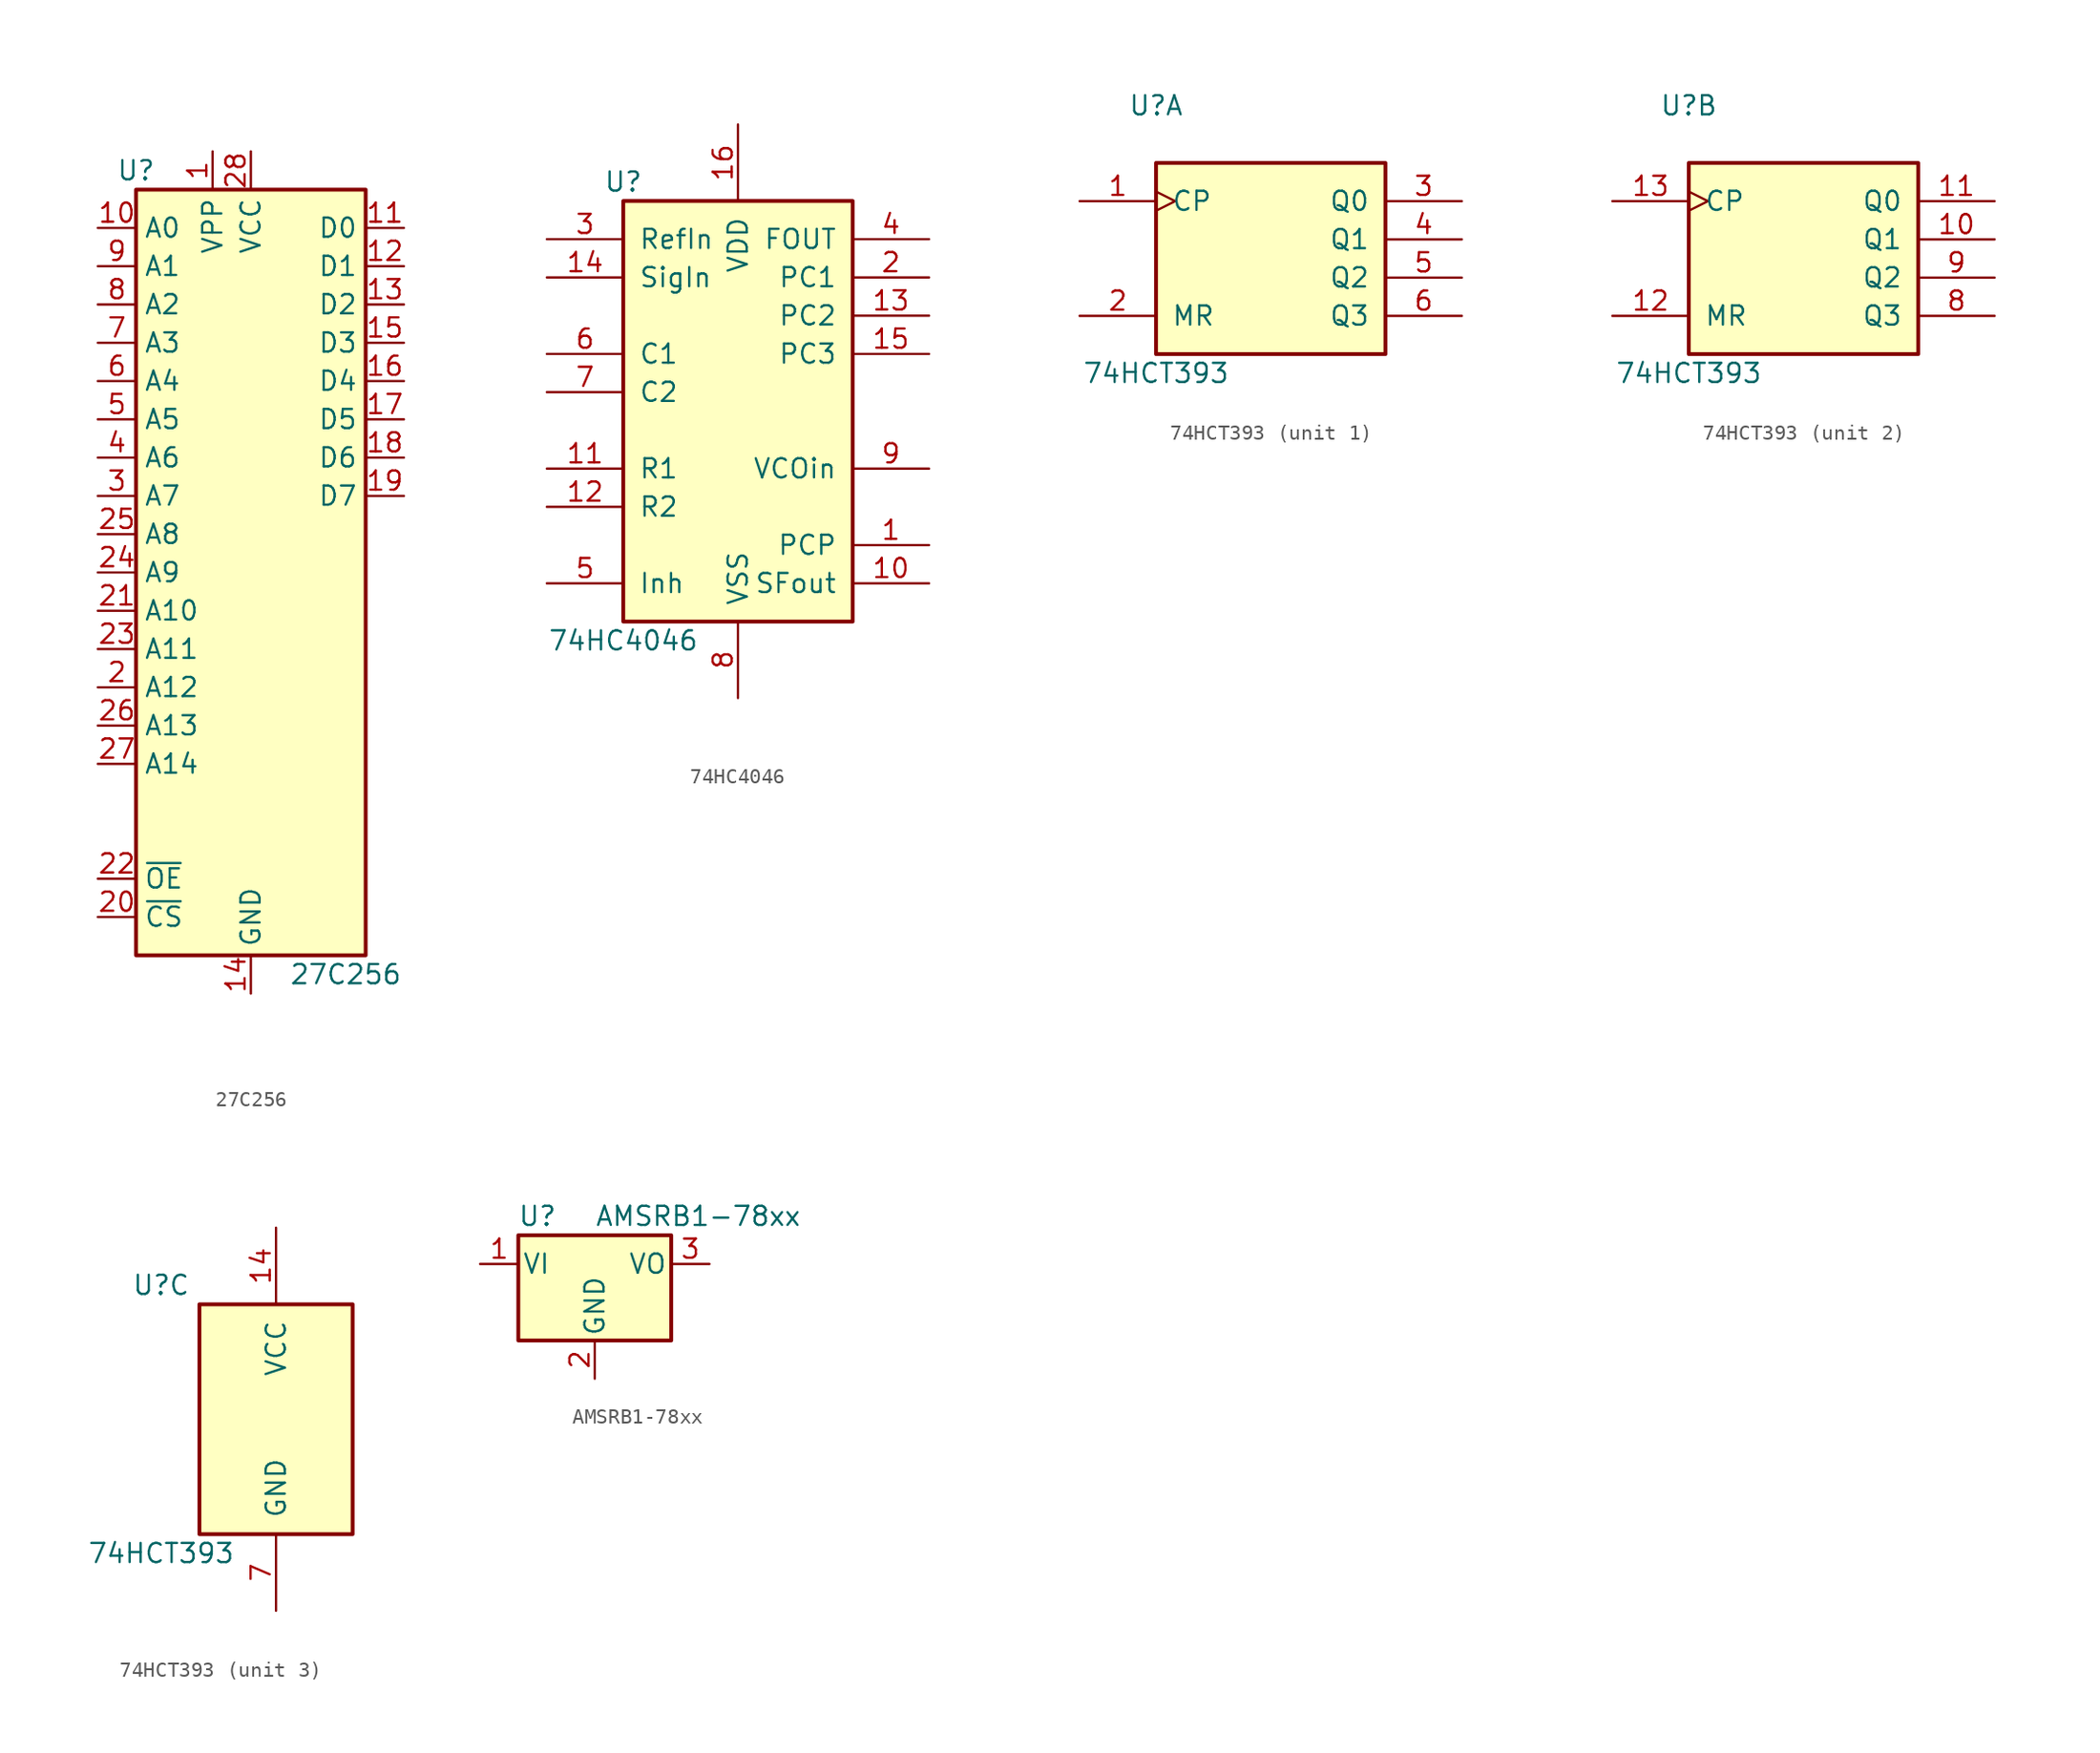
<source format=kicad_sym>
(kicad_symbol_lib
  (version 20231120)
  (generator "kicad_symbol_editor")
  (generator_version "8.0")
  (symbol "27C256"
    (property "Reference" "U"
      (at -7.62 26.67 0)
      (effects (font (size 1.27 1.27))))
    (property "Value" "27C256"
      (at 2.54 -26.67 0)
      (effects (font (size 1.27 1.27)) (justify left)))
    (symbol "27C256_1_1"
      (rectangle (start -7.62 25.4) (end 7.62 -25.4) (stroke (width 0.254) (type default)) (fill (type background)))
      (pin power_in line (at -2.54 27.94 270) (length 2.54) (name "VPP" (effects (font (size 1.27 1.27)))) (number "1" (effects (font (size 1.27 1.27)))))
      (pin input line (at -10.16 22.86 0) (length 2.54) (name "A0" (effects (font (size 1.27 1.27)))) (number "10" (effects (font (size 1.27 1.27)))))
      (pin tri_state line (at 10.16 22.86 180) (length 2.54) (name "D0" (effects (font (size 1.27 1.27)))) (number "11" (effects (font (size 1.27 1.27)))))
      (pin tri_state line (at 10.16 20.32 180) (length 2.54) (name "D1" (effects (font (size 1.27 1.27)))) (number "12" (effects (font (size 1.27 1.27)))))
      (pin tri_state line (at 10.16 17.78 180) (length 2.54) (name "D2" (effects (font (size 1.27 1.27)))) (number "13" (effects (font (size 1.27 1.27)))))
      (pin power_in line (at 0 -27.94 90) (length 2.54) (name "GND" (effects (font (size 1.27 1.27)))) (number "14" (effects (font (size 1.27 1.27)))))
      (pin tri_state line (at 10.16 15.24 180) (length 2.54) (name "D3" (effects (font (size 1.27 1.27)))) (number "15" (effects (font (size 1.27 1.27)))))
      (pin tri_state line (at 10.16 12.7 180) (length 2.54) (name "D4" (effects (font (size 1.27 1.27)))) (number "16" (effects (font (size 1.27 1.27)))))
      (pin tri_state line (at 10.16 10.16 180) (length 2.54) (name "D5" (effects (font (size 1.27 1.27)))) (number "17" (effects (font (size 1.27 1.27)))))
      (pin tri_state line (at 10.16 7.62 180) (length 2.54) (name "D6" (effects (font (size 1.27 1.27)))) (number "18" (effects (font (size 1.27 1.27)))))
      (pin tri_state line (at 10.16 5.08 180) (length 2.54) (name "D7" (effects (font (size 1.27 1.27)))) (number "19" (effects (font (size 1.27 1.27)))))
      (pin input line (at -10.16 -7.62 0) (length 2.54) (name "A12" (effects (font (size 1.27 1.27)))) (number "2" (effects (font (size 1.27 1.27)))))
      (pin input line (at -10.16 -22.86 0) (length 2.54) (name "~{CS}" (effects (font (size 1.27 1.27)))) (number "20" (effects (font (size 1.27 1.27)))))
      (pin input line (at -10.16 -2.54 0) (length 2.54) (name "A10" (effects (font (size 1.27 1.27)))) (number "21" (effects (font (size 1.27 1.27)))))
      (pin input line (at -10.16 -20.32 0) (length 2.54) (name "~{OE}" (effects (font (size 1.27 1.27)))) (number "22" (effects (font (size 1.27 1.27)))))
      (pin input line (at -10.16 -5.08 0) (length 2.54) (name "A11" (effects (font (size 1.27 1.27)))) (number "23" (effects (font (size 1.27 1.27)))))
      (pin input line (at -10.16 0 0) (length 2.54) (name "A9" (effects (font (size 1.27 1.27)))) (number "24" (effects (font (size 1.27 1.27)))))
      (pin input line (at -10.16 2.54 0) (length 2.54) (name "A8" (effects (font (size 1.27 1.27)))) (number "25" (effects (font (size 1.27 1.27)))))
      (pin input line (at -10.16 -10.16 0) (length 2.54) (name "A13" (effects (font (size 1.27 1.27)))) (number "26" (effects (font (size 1.27 1.27)))))
      (pin input line (at -10.16 -12.7 0) (length 2.54) (name "A14" (effects (font (size 1.27 1.27)))) (number "27" (effects (font (size 1.27 1.27)))))
      (pin power_in line (at 0 27.94 270) (length 2.54) (name "VCC" (effects (font (size 1.27 1.27)))) (number "28" (effects (font (size 1.27 1.27)))))
      (pin input line (at -10.16 5.08 0) (length 2.54) (name "A7" (effects (font (size 1.27 1.27)))) (number "3" (effects (font (size 1.27 1.27)))))
      (pin input line (at -10.16 7.62 0) (length 2.54) (name "A6" (effects (font (size 1.27 1.27)))) (number "4" (effects (font (size 1.27 1.27)))))
      (pin input line (at -10.16 10.16 0) (length 2.54) (name "A5" (effects (font (size 1.27 1.27)))) (number "5" (effects (font (size 1.27 1.27)))))
      (pin input line (at -10.16 12.7 0) (length 2.54) (name "A4" (effects (font (size 1.27 1.27)))) (number "6" (effects (font (size 1.27 1.27)))))
      (pin input line (at -10.16 15.24 0) (length 2.54) (name "A3" (effects (font (size 1.27 1.27)))) (number "7" (effects (font (size 1.27 1.27)))))
      (pin input line (at -10.16 17.78 0) (length 2.54) (name "A2" (effects (font (size 1.27 1.27)))) (number "8" (effects (font (size 1.27 1.27)))))
      (pin input line (at -10.16 20.32 0) (length 2.54) (name "A1" (effects (font (size 1.27 1.27)))) (number "9" (effects (font (size 1.27 1.27)))))))
  (symbol "74HC4046"
    (pin_names
      (offset 1.016))
    (property "Reference" "U"
      (at -7.62 13.97 0)
      (effects (font (size 1.27 1.27))))
    (property "Value" "74HC4046"
      (at -7.62 -16.51 0)
      (effects (font (size 1.27 1.27))))
    (property "ki_locked" ""
      (at 0 0 0)
      (effects (font (size 1.27 1.27))))
    (symbol "74HC4046_1_0"
      (pin output line (at 12.7 -10.16 180) (length 5.08) (name "PCP" (effects (font (size 1.27 1.27)))) (number "1" (effects (font (size 1.27 1.27)))))
      (pin output line (at 12.7 -12.7 180) (length 5.08) (name "SFout" (effects (font (size 1.27 1.27)))) (number "10" (effects (font (size 1.27 1.27)))))
      (pin input line (at -12.7 -5.08 0) (length 5.08) (name "R1" (effects (font (size 1.27 1.27)))) (number "11" (effects (font (size 1.27 1.27)))))
      (pin input line (at -12.7 -7.62 0) (length 5.08) (name "R2" (effects (font (size 1.27 1.27)))) (number "12" (effects (font (size 1.27 1.27)))))
      (pin tri_state line (at 12.7 5.08 180) (length 5.08) (name "PC2" (effects (font (size 1.27 1.27)))) (number "13" (effects (font (size 1.27 1.27)))))
      (pin input line (at -12.7 7.62 0) (length 5.08) (name "SigIn" (effects (font (size 1.27 1.27)))) (number "14" (effects (font (size 1.27 1.27)))))
      (pin output line (at 12.7 2.54 180) (length 5.08) (name "PC3" (effects (font (size 1.27 1.27)))) (number "15" (effects (font (size 1.27 1.27)))))
      (pin power_in line (at 0 17.78 270) (length 5.08) (name "VDD" (effects (font (size 1.27 1.27)))) (number "16" (effects (font (size 1.27 1.27)))))
      (pin output line (at 12.7 7.62 180) (length 5.08) (name "PC1" (effects (font (size 1.27 1.27)))) (number "2" (effects (font (size 1.27 1.27)))))
      (pin input line (at -12.7 10.16 0) (length 5.08) (name "RefIn" (effects (font (size 1.27 1.27)))) (number "3" (effects (font (size 1.27 1.27)))))
      (pin input line (at 12.7 10.16 180) (length 5.08) (name "FOUT" (effects (font (size 1.27 1.27)))) (number "4" (effects (font (size 1.27 1.27)))))
      (pin input line (at -12.7 -12.7 0) (length 5.08) (name "Inh" (effects (font (size 1.27 1.27)))) (number "5" (effects (font (size 1.27 1.27)))))
      (pin input line (at -12.7 2.54 0) (length 5.08) (name "C1" (effects (font (size 1.27 1.27)))) (number "6" (effects (font (size 1.27 1.27)))))
      (pin input line (at -12.7 0 0) (length 5.08) (name "C2" (effects (font (size 1.27 1.27)))) (number "7" (effects (font (size 1.27 1.27)))))
      (pin power_in line (at 0 -20.32 90) (length 5.08) (name "VSS" (effects (font (size 1.27 1.27)))) (number "8" (effects (font (size 1.27 1.27)))))
      (pin input line (at 12.7 -5.08 180) (length 5.08) (name "VCOin" (effects (font (size 1.27 1.27)))) (number "9" (effects (font (size 1.27 1.27))))))
    (symbol "74HC4046_1_1"
      (rectangle (start -7.62 12.7) (end 7.62 -15.24) (stroke (width 0.254) (type default)) (fill (type background)))))
  (symbol "74HCT393"
    (pin_names
      (offset 1.016))
    (property "Reference" "U"
      (at -7.62 8.89 0)
      (effects (font (size 1.27 1.27))))
    (property "Value" "74HCT393"
      (at -7.62 -8.89 0)
      (effects (font (size 1.27 1.27))))
    (property "ki_locked" ""
      (at 0 0 0)
      (effects (font (size 1.27 1.27))))
    (symbol "74HCT393_1_0"
      (pin input clock (at -12.7 2.54 0) (length 5.08) (name "CP" (effects (font (size 1.27 1.27)))) (number "1" (effects (font (size 1.27 1.27)))))
      (pin input line (at -12.7 -5.08 0) (length 5.08) (name "MR" (effects (font (size 1.27 1.27)))) (number "2" (effects (font (size 1.27 1.27)))))
      (pin output line (at 12.7 2.54 180) (length 5.08) (name "Q0" (effects (font (size 1.27 1.27)))) (number "3" (effects (font (size 1.27 1.27)))))
      (pin output line (at 12.7 0 180) (length 5.08) (name "Q1" (effects (font (size 1.27 1.27)))) (number "4" (effects (font (size 1.27 1.27)))))
      (pin output line (at 12.7 -2.54 180) (length 5.08) (name "Q2" (effects (font (size 1.27 1.27)))) (number "5" (effects (font (size 1.27 1.27)))))
      (pin output line (at 12.7 -5.08 180) (length 5.08) (name "Q3" (effects (font (size 1.27 1.27)))) (number "6" (effects (font (size 1.27 1.27))))))
    (symbol "74HCT393_1_1"
      (rectangle (start -7.62 5.08) (end 7.62 -7.62) (stroke (width 0.254) (type default)) (fill (type background))))
    (symbol "74HCT393_2_0"
      (pin output line (at 12.7 0 180) (length 5.08) (name "Q1" (effects (font (size 1.27 1.27)))) (number "10" (effects (font (size 1.27 1.27)))))
      (pin output line (at 12.7 2.54 180) (length 5.08) (name "Q0" (effects (font (size 1.27 1.27)))) (number "11" (effects (font (size 1.27 1.27)))))
      (pin input line (at -12.7 -5.08 0) (length 5.08) (name "MR" (effects (font (size 1.27 1.27)))) (number "12" (effects (font (size 1.27 1.27)))))
      (pin input clock (at -12.7 2.54 0) (length 5.08) (name "CP" (effects (font (size 1.27 1.27)))) (number "13" (effects (font (size 1.27 1.27)))))
      (pin output line (at 12.7 -5.08 180) (length 5.08) (name "Q3" (effects (font (size 1.27 1.27)))) (number "8" (effects (font (size 1.27 1.27)))))
      (pin output line (at 12.7 -2.54 180) (length 5.08) (name "Q2" (effects (font (size 1.27 1.27)))) (number "9" (effects (font (size 1.27 1.27))))))
    (symbol "74HCT393_2_1"
      (rectangle (start -7.62 5.08) (end 7.62 -7.62) (stroke (width 0.254) (type default)) (fill (type background))))
    (symbol "74HCT393_3_0"
      (pin power_in line (at 0 12.7 270) (length 5.08) (name "VCC" (effects (font (size 1.27 1.27)))) (number "14" (effects (font (size 1.27 1.27)))))
      (pin power_in line (at 0 -12.7 90) (length 5.08) (name "GND" (effects (font (size 1.27 1.27)))) (number "7" (effects (font (size 1.27 1.27))))))
    (symbol "74HCT393_3_1"
      (rectangle (start -5.08 7.62) (end 5.08 -7.62) (stroke (width 0.254) (type default)) (fill (type background)))))
  (symbol "AMSRB1-78xx"
    (pin_names
      (offset 0.254))
    (property "Reference" "U"
      (at -3.81 3.175 0)
      (effects (font (size 1.27 1.27))))
    (property "Value" "AMSRB1-78xx"
      (at 0 3.175 0)
      (effects (font (size 1.27 1.27)) (justify left)))
    (symbol "AMSRB1-78xx_0_1"
      (rectangle (start -5.08 1.905) (end 5.08 -5.08) (stroke (width 0.254) (type default)) (fill (type background))))
    (symbol "AMSRB1-78xx_1_1"
      (pin power_in line (at -7.62 0 0) (length 2.54) (name "VI" (effects (font (size 1.27 1.27)))) (number "1" (effects (font (size 1.27 1.27)))))
      (pin power_in line (at 0 -7.62 90) (length 2.54) (name "GND" (effects (font (size 1.27 1.27)))) (number "2" (effects (font (size 1.27 1.27)))))
      (pin power_out line (at 7.62 0 180) (length 2.54) (name "VO" (effects (font (size 1.27 1.27)))) (number "3" (effects (font (size 1.27 1.27))))))))
</source>
